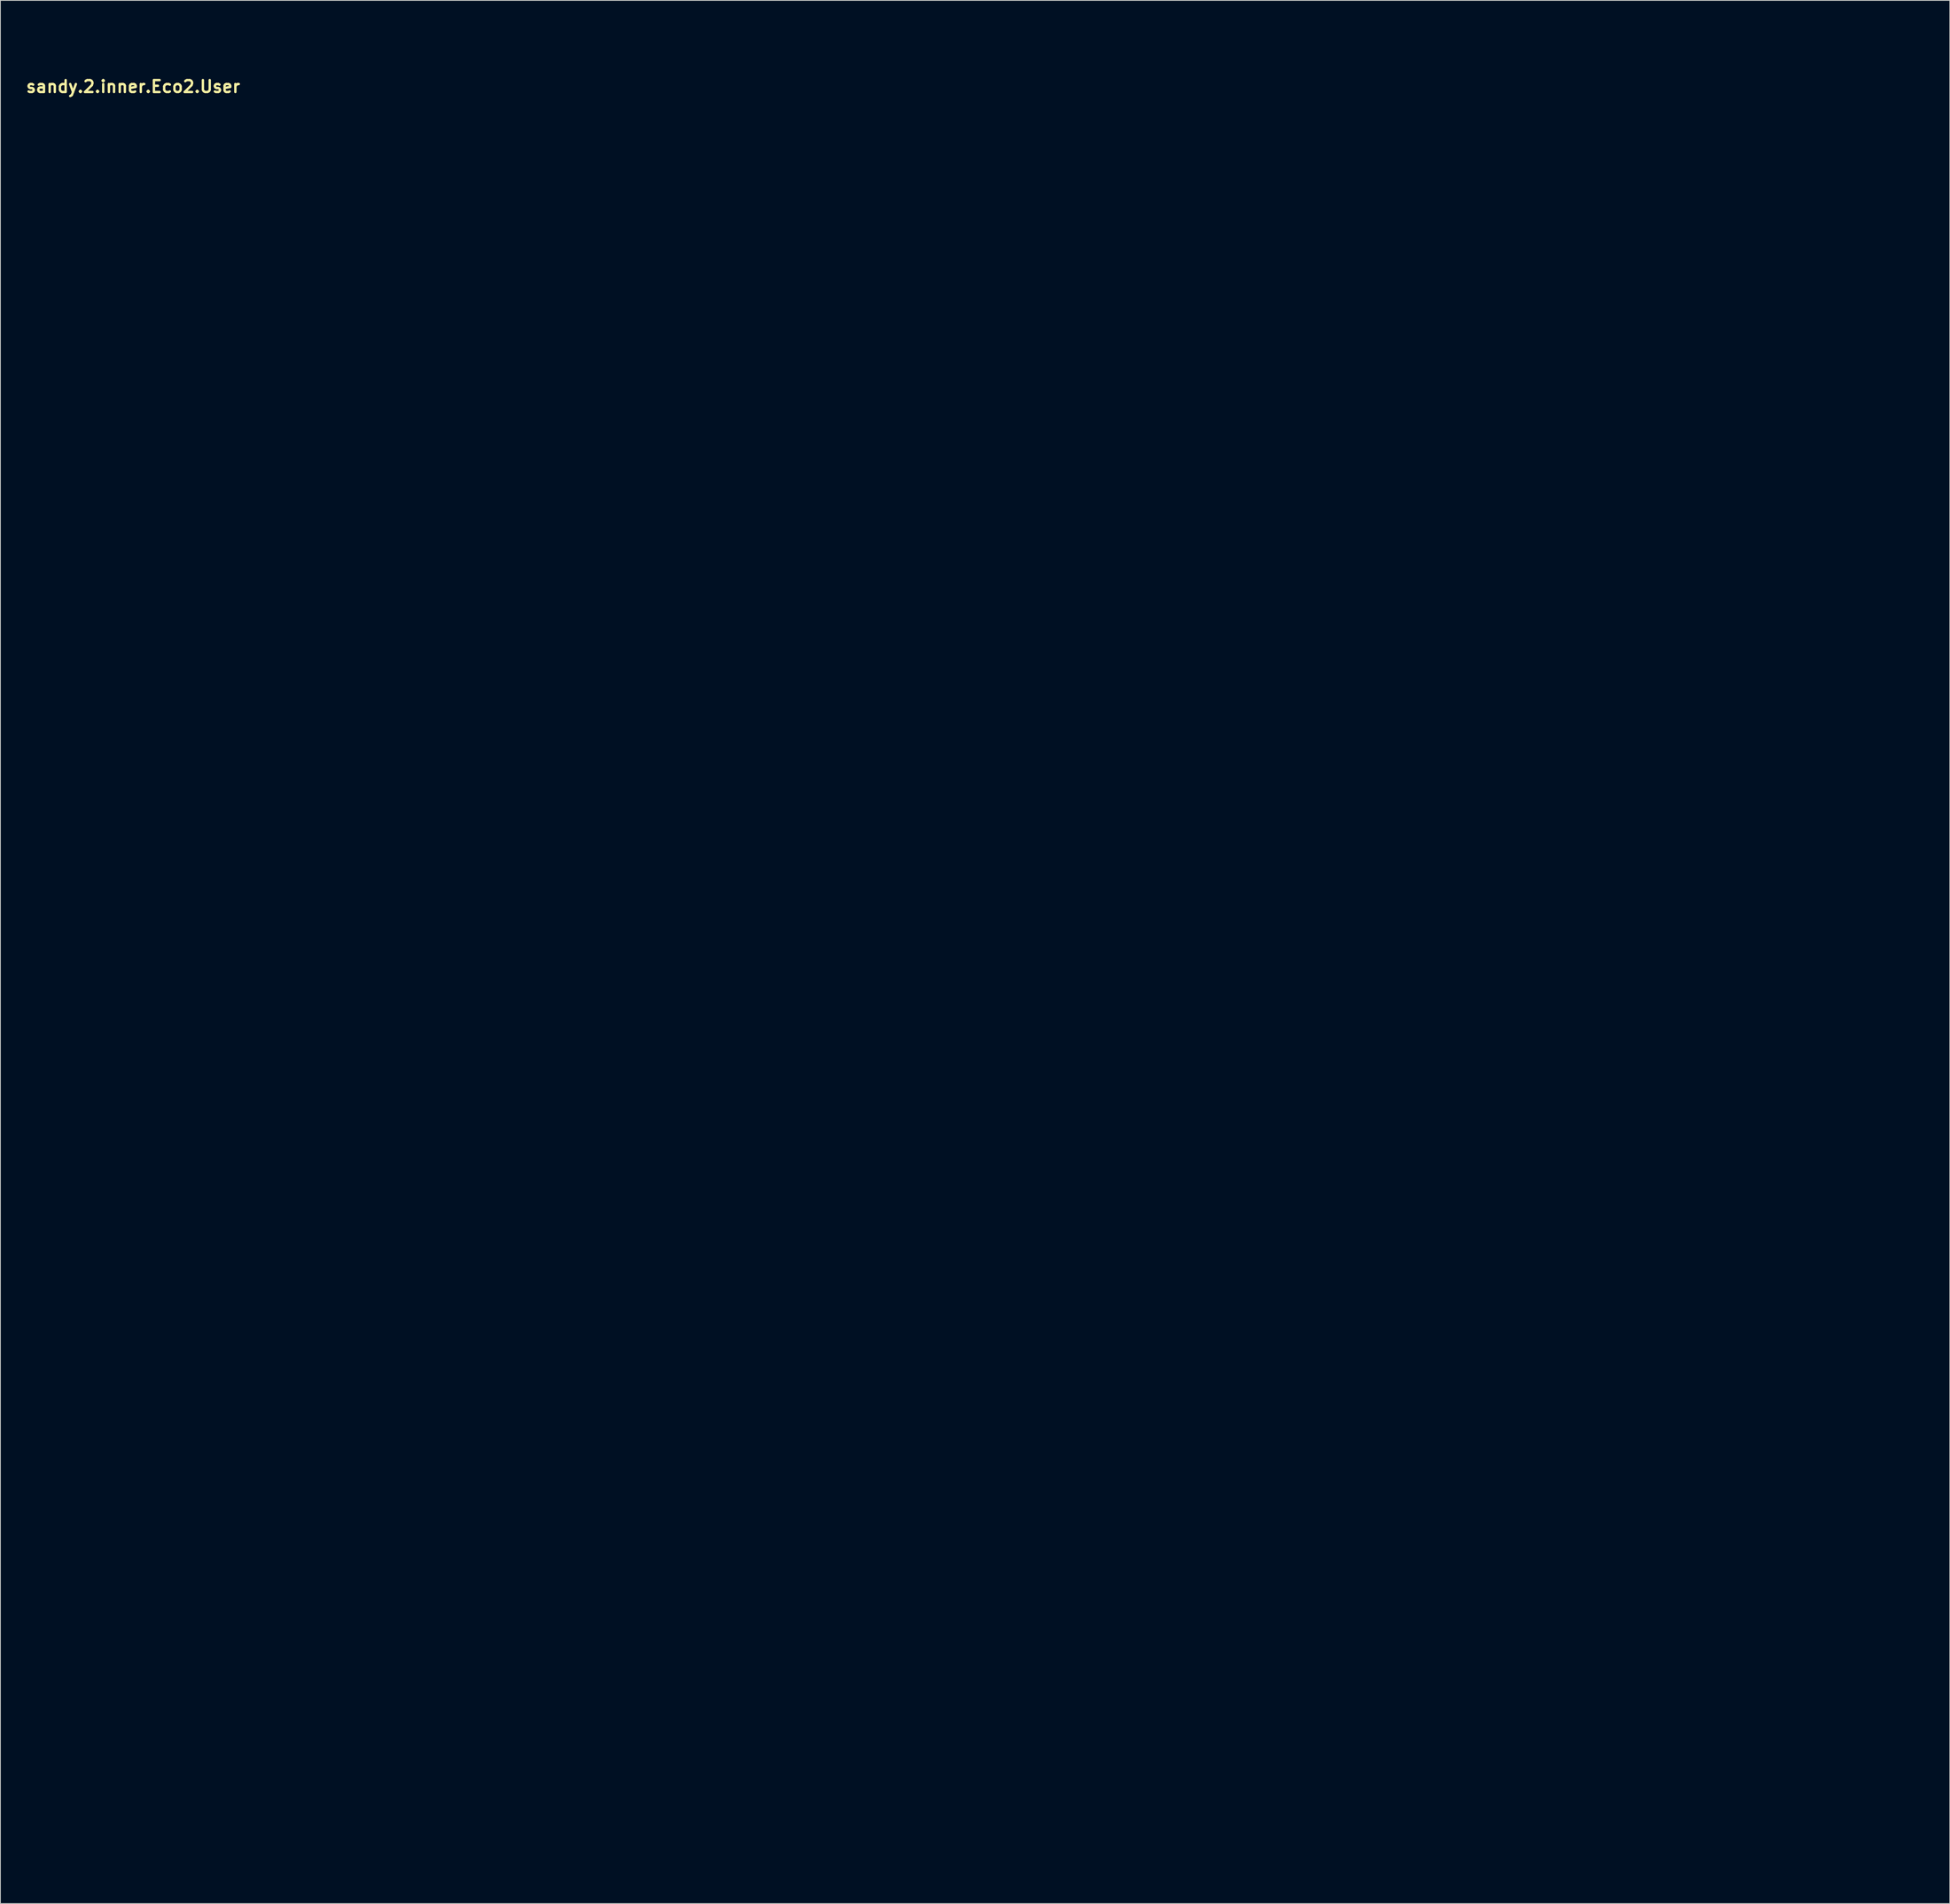
<source format=kicad_pcb>
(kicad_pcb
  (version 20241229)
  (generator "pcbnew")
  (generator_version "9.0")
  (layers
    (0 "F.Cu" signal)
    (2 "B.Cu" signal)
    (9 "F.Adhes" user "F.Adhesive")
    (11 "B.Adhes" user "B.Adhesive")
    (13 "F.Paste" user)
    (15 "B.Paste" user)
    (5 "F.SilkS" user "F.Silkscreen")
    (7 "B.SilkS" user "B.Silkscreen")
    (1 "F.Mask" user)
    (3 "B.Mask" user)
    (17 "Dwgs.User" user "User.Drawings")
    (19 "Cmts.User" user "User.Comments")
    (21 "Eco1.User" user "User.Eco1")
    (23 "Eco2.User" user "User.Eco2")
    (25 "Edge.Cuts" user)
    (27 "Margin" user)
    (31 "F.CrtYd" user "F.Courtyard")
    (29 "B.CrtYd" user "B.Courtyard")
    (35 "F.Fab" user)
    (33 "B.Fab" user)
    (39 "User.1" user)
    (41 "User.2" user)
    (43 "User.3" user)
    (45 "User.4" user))
  (footprint "sandy.2.inner.Eco2.User"
    (layer "F.Cu")
    (at 13.912 0.25)
    (property "Reference" "sandy.2.inner.Eco2.User" (at 0 7.737 0) (layer "F.SilkS") (effects (font (size 1.524 1.524) (thickness 0.305))))
    (attr exclude_from_pos_files exclude_from_bom)
    (fp_poly (pts (xy 67.359 236.144) (xy 60.017 236.105) (xy 58.495 235.978) (xy 55.738 235.713) (xy 52.497 235.308) (xy 49.829 234.907) (xy 48.791 234.655) (xy 50.08 234.742) (xy 53.041 235.089) (xy 55.349 235.358) (xy 57.407 235.549) (xy 58.77 235.622) (xy 60.347 235.887) (xy 60.017 236.105) (xy 67.359 236.144) (xy 61.538 236.004) (xy 76.493 235.794) (xy 77.881 235.595) (xy 79.255 235.657) (xy 77.881 235.858) (xy 76.493 235.794) (xy 61.538 236.004) (xy 68.682 235.976) (xy 72.226 235.974) (xy 74.65 235.995) (xy 75.429 236.035) (xy 74.509 236.162) (xy 165.123 229.008) (xy 164.726 228.743) (xy 164.609 228.479) (xy 164.329 228.685) (xy 163.493 228.839) (xy 161.485 228.918) (xy 159.525 228.88) (xy 159.302 228.718) (xy 157.769 228.575) (xy 155.421 228.407) (xy 154.222 228.324) (xy 153.371 228.179) (xy 152.133 228.033) (xy 151.089 227.959) (xy 150.129 227.539) (xy 148.439 226.316) (xy 147.637 225.073) (xy 145.94 224.498) (xy 144.113 224.111) (xy 143.493 224.471) (xy 142.354 224.362) (xy 140.366 223.151) (xy 138.775 222.393) (xy 138.664 222.79) (xy 137.866 222.92) (xy 137.024 223.02) (xy 135.225 222.721) (xy 133.108 221.985) (xy 131.737 221.638) (xy 130.937 221.63) (xy 129.663 221.514) (xy 127.775 220.968) (xy 126.697 220.664) (xy 126 221.231) (xy 125.676 221.941) (xy 124.918 221.214) (xy 123.374 220.661) (xy 122.781 221.695) (xy 123.442 223.269) (xy 123.908 223.981) (xy 120.637 224.018) (xy 118.494 224.092) (xy 118.424 224.232) (xy 119.482 224.408) (xy 118.159 224.605) (xy 115.778 224.912) (xy 114.719 225.021) (xy 115.91 224.659) (xy 116.722 224.291) (xy 114.09 224.694) (xy 112.099 224.977) (xy 111.474 224.826) (xy 110.257 224.909) (xy 109.694 225.041) (xy 108.366 225.348) (xy 107.708 226.126) (xy 105.466 227.136) (xy 104.119 227.376) (xy 103.436 227.03) (xy 103.641 225.329) (xy 103.811 224.429) (xy 102.798 224.593) (xy 101.164 225.428) (xy 100.655 226.097) (xy 99.929 227.013) (xy 98.403 228.173) (xy 96.992 228.741) (xy 96.217 228.895) (xy 95.103 228.791) (xy 93.429 229.128) (xy 91.752 230.423) (xy 89.792 231.194) (xy 88.571 231.397) (xy 86.962 231.86) (xy 84.895 232.607) (xy 82.301 233.66) (xy 80.316 234.294) (xy 77.955 234.697) (xy 75.288 234.861) (xy 72.386 234.778) (xy 72.386 234.778) (xy 70.92 234.684) (xy 68.885 234.564) (xy 66.55 234.434) (xy 64.184 234.309) (xy 60.765 234.109) (xy 57.509 233.872) (xy 54.5 233.606) (xy 51.821 233.32) (xy 49.554 233.023) (xy 47.782 232.724) (xy 46.589 232.432) (xy 45.213 232.087) (xy 43.433 231.847) (xy 41.033 231.683) (xy 37.724 231.421) (xy 36.006 230.938) (xy 34.361 230.265) (xy 32.078 229.43) (xy 30.229 228.666) (xy 28.198 227.611) (xy 26.066 226.317) (xy 23.914 224.838) (xy 21.824 223.227) (xy 19.878 221.536) (xy 18.46 220.314) (xy 17.75 219.879) (xy 17.184 219.561) (xy 17.154 219.315) (xy 17.396 219.151) (xy 16.299 216.847) (xy 15.529 215.082) (xy 14.678 212.767) (xy 13.894 210.304) (xy 13.245 207.977) (xy 12.837 206.157) (xy 12.584 204.371) (xy 12.399 202.144) (xy 12.24 198.564) (xy 12.693 197.051) (xy 13.522 195.935) (xy 13.781 195.538) (xy 14.045 195.141) (xy 14.244 194.81) (xy 14.575 194.48) (xy 14.954 195.04) (xy 16.841 195.569) (xy 18.744 195.538) (xy 18.745 193.951) (xy 18.38 191.841) (xy 18.014 190.385) (xy 17.286 188.774) (xy 16.102 187.901) (xy 15.416 188.512) (xy 14.926 189.317) (xy 14.575 188.66) (xy 13.864 188.303) (xy 14.062 187.493) (xy 14.839 186.374) (xy 15.252 186.145) (xy 15.501 186.41) (xy 15.882 186.674) (xy 16.427 186.41) (xy 16.757 186.136) (xy 17.857 185.093) (xy 18.79 183.254) (xy 19.288 181.186) (xy 19.819 178.822) (xy 20.266 176.698) (xy 20.513 175.355) (xy 20.882 173.865) (xy 21.623 171.369) (xy 22.477 168.701) (xy 23.186 166.698) (xy 22.867 166.632) (xy 21.625 167.13) (xy 20.736 166.367) (xy 20.395 164.514) (xy 21.052 162.384) (xy 21.306 160.688) (xy 21.056 159.473) (xy 21.615 158.076) (xy 22.347 156.743) (xy 23.106 155.548) (xy 23.794 153.987) (xy 22.835 154.254) (xy 21.967 154.985) (xy 22.499 153.635) (xy 23.255 152.155) (xy 24.325 150.495) (xy 25.358 148.999) (xy 26.028 147.913) (xy 26.654 146.952) (xy 27.584 145.755) (xy 28.772 144.299) (xy 30.018 142.712) (xy 31.133 141.378) (xy 32.003 140.53) (xy 31.631 141.192) (xy 30.332 142.679) (xy 30.162 143.008) (xy 31.235 141.96) (xy 32.908 140.151) (xy 34.485 138.316) (xy 36.031 136.373) (xy 37.608 134.244) (xy 39.28 131.849) (xy 40.738 129.735) (xy 41.841 128.188) (xy 42.348 127.545) (xy 43.269 126.258) (xy 45.152 123.369) (xy 46.55 121.228) (xy 47.745 119.49) (xy 48.478 118.532) (xy 49.235 117.55) (xy 50.473 115.745) (xy 52.291 113.941) (xy 53.546 112.81) (xy 53.988 111.132) (xy 54.514 107.961) (xy 54.858 105.647) (xy 55.199 103.651) (xy 55.462 102.405) (xy 55.847 100.977) (xy 56.508 98.505) (xy 57.301 95.525) (xy 58.087 92.614) (xy 58.851 89.896) (xy 59.602 87.345) (xy 60.351 84.934) (xy 61.109 82.637) (xy 61.887 80.428) (xy 62.694 78.28) (xy 63.542 76.167) (xy 64.441 74.062) (xy 65.402 71.94) (xy 66.435 69.773) (xy 67.551 67.536) (xy 68.76 65.202) (xy 70.074 62.744) (xy 71.502 60.137) (xy 72.406 58.418) (xy 72.783 57.539) (xy 73.124 56.697) (xy 74.048 55.135) (xy 75.405 53.073) (xy 77.046 50.73) (xy 78.82 48.326) (xy 80.579 46.081) (xy 82.275 43.988) (xy 83.366 42.624) (xy 84.682 40.992) (xy 86.18 39.22) (xy 87.827 37.341) (xy 89.593 35.387) (xy 91.444 33.393) (xy 93.35 31.389) (xy 95.277 29.41) (xy 97.194 27.487) (xy 99.07 25.655) (xy 100.872 23.945) (xy 102.568 22.39) (xy 104.126 21.023) (xy 105.515 19.878) (xy 107.72 18.249) (xy 109.794 16.919) (xy 111.44 16.064) (xy 112.36 15.858) (xy 112.735 15.714) (xy 113.264 15.566) (xy 113.646 15.464) (xy 114.287 14.941) (xy 115.241 14.419) (xy 115.346 14.277) (xy 116.835 14.014) (xy 117.848 13.298) (xy 117.939 13.186) (xy 118.889 13.061) (xy 120.809 12.537) (xy 123.063 11.95) (xy 124.494 11.871) (xy 124.906 11.639) (xy 124.833 11.342) (xy 125.604 11.602) (xy 126.163 11.454) (xy 127.364 11.152) (xy 130.109 11.458) (xy 132.711 12.184) (xy 133.854 12.665) (xy 135.489 13.329) (xy 137.858 14.319) (xy 139.977 15.308) (xy 141.899 16.336) (xy 143.682 17.442) (xy 145.379 18.666) (xy 147.047 20.048) (xy 148.741 21.628) (xy 150.516 23.447) (xy 152.427 25.543) (xy 154.187 27.548) (xy 155.809 29.451) (xy 157.317 31.283) (xy 158.733 33.076) (xy 160.081 34.86) (xy 161.383 36.666) (xy 162.662 38.524) (xy 163.941 40.467) (xy 165.242 42.523) (xy 166.588 44.725) (xy 168.019 47.145) (xy 169.277 49.373) (xy 170.395 51.487) (xy 171.408 53.562) (xy 172.348 55.676) (xy 173.25 57.903) (xy 174.148 60.322) (xy 175.077 63.007) (xy 176.069 66.036) (xy 176.864 68.561) (xy 177.561 70.894) (xy 178.176 73.102) (xy 178.722 75.256) (xy 179.216 77.423) (xy 179.67 79.675) (xy 180.102 82.078) (xy 180.524 84.704) (xy 180.952 87.62) (xy 181.402 90.895) (xy 181.628 92.35) (xy 181.924 94.467) (xy 182.393 97.342) (xy 182.86 98.707) (xy 183.619 100.538) (xy 184.089 101.926) (xy 184.774 103.761) (xy 185.64 105.957) (xy 186.653 108.43) (xy 187.777 111.093) (xy 188.978 113.861) (xy 189.298 115.291) (xy 189.403 115.407) (xy 190.216 116.623) (xy 191.139 118.787) (xy 192.267 121.03) (xy 193.43 123.038) (xy 194.459 124.497) (xy 195.417 125.593) (xy 196.758 127.066) (xy 198.19 128.598) (xy 199.693 130.234) (xy 199.779 130.451) (xy 198.857 129.658) (xy 199.769 130.649) (xy 200.709 131.377) (xy 201.389 131.531) (xy 202.083 132.178) (xy 203.567 133.472) (xy 205.521 135.131) (xy 208.153 137.442) (xy 209.168 138.533) (xy 209.619 139.301) (xy 210.18 140.761) (xy 210.525 141.982) (xy 210.895 143.167) (xy 211.143 144.198) (xy 211.451 145.479) (xy 211.172 146.674) (xy 210.992 147.266) (xy 212.096 149.238) (xy 212.972 150.744) (xy 213.392 151.66) (xy 214.168 153.607) (xy 215.178 155.942) (xy 216.069 158.27) (xy 216.452 159.575) (xy 216.194 159.952) (xy 215.121 158.046) (xy 214.724 156.928) (xy 213.7 154.868) (xy 212.271 152.257) (xy 210.655 149.483) (xy 209.073 146.935) (xy 207.745 145.003) (xy 206.316 143.358) (xy 204.228 141.209) (xy 202.072 139.141) (xy 200.435 137.739) (xy 200.132 137.566) (xy 200.938 138.372) (xy 203.197 140.501) (xy 204.839 142.126) (xy 206.348 143.807) (xy 207.756 145.59) (xy 209.094 147.52) (xy 210.393 149.641) (xy 211.685 152) (xy 213.001 154.641) (xy 214.484 157.785) (xy 214.864 158.746) (xy 215.711 160.653) (xy 217.331 163.876) (xy 218.34 165.662) (xy 218.539 165.17) (xy 218.039 163.127) (xy 217.567 161.248) (xy 218.194 160.238) (xy 219.074 158.696) (xy 219.694 157.964) (xy 220.313 157.765) (xy 221.882 158.119) (xy 222.174 158.55) (xy 221.443 157.195) (xy 221.391 156.887) (xy 222.016 157.336) (xy 222.654 158.888) (xy 222.558 159.158) (xy 222.281 159.025) (xy 222.802 159.819) (xy 223.323 160.613) (xy 223.037 160.481) (xy 222.909 160.568) (xy 223.066 161.179) (xy 223.372 161.117) (xy 223.492 161.228) (xy 223.623 162.611) (xy 224.191 163.334) (xy 224.268 163.744) (xy 224.407 164.306) (xy 224.521 164.714) (xy 224.667 165.103) (xy 224.852 165.467) (xy 224.982 165.866) (xy 225.079 166.417) (xy 225.201 166.952) (xy 225.315 167.36) (xy 225.458 167.75) (xy 225.613 168.246) (xy 225.712 168.947) (xy 225.828 169.675) (xy 225.977 170.006) (xy 226.144 170.437) (xy 226.173 171.437) (xy 226.543 172.916) (xy 226.697 173.71) (xy 227.045 175.747) (xy 227.292 176.483) (xy 227.397 177.013) (xy 227.462 177.727) (xy 227.749 178.6) (xy 228.053 181.034) (xy 228.105 182.682) (xy 228.403 184.056) (xy 228.425 185.139) (xy 228.207 187.403) (xy 228.049 188.951) (xy 227.86 189.81) (xy 227.752 191.04) (xy 227.438 192.628) (xy 226.946 194.81) (xy 226.891 195.387) (xy 226.792 195.789) (xy 226.529 196.403) (xy 226.232 198.316) (xy 226.224 198.689) (xy 225.977 199.109) (xy 225.643 199.861) (xy 225.347 200.433) (xy 225.269 200.607) (xy 225.171 201.109) (xy 224.79 201.999) (xy 224.139 203.323) (xy 223.596 204.346) (xy 222.934 205.039) (xy 222.273 205.695) (xy 221.393 206.811) (xy 219.698 208.535) (xy 218.601 209.429) (xy 217.733 210.222) (xy 216.808 211.016) (xy 216.187 211.545) (xy 215.526 212.074) (xy 214.864 212.604) (xy 214.203 213.133) (xy 213.537 213.669) (xy 213.015 214.061) (xy 212.507 214.384) (xy 212.226 214.604) (xy 211.802 214.868) (xy 211.557 214.985) (xy 211.312 215.102) (xy 210.887 215.366) (xy 210.49 215.631) (xy 210.102 215.911) (xy 209.685 216.191) (xy 209.44 216.308) (xy 209.235 216.37) (xy 208.687 216.656) (xy 208.514 216.808) (xy 208.25 216.969) (xy 207.985 217.078) (xy 207.545 217.181) (xy 207.324 217.366) (xy 207.102 217.552) (xy 206.662 217.655) (xy 206.398 217.763) (xy 206.133 217.895) (xy 205.892 218.042) (xy 204.987 218.497) (xy 204.721 218.61) (xy 204.281 218.689) (xy 203.841 218.768) (xy 203.576 218.884) (xy 203.182 219.02) (xy 202.785 219.152) (xy 202.388 219.284) (xy 201.991 219.416) (xy 201.594 219.549) (xy 201.197 219.681) (xy 200.8 219.813) (xy 200.403 219.946) (xy 200.007 220.078) (xy 199.61 220.21) (xy 199.213 220.342) (xy 198.816 220.475) (xy 198.419 220.607) (xy 198.022 220.739) (xy 197.625 220.872) (xy 197.228 221.004) (xy 196.832 221.136) (xy 196.435 221.269) (xy 196.038 221.401) (xy 195.684 221.603) (xy 195.493 221.797) (xy 194.749 221.951) (xy 194.585 221.955) (xy 194.23 221.786) (xy 193.833 222.134) (xy 193.392 222.195) (xy 192.995 222.327) (xy 192.598 222.459) (xy 192.234 222.644) (xy 191.879 222.801) (xy 191.316 222.88) (xy 190.746 222.988) (xy 190.349 223.121) (xy 189.952 223.253) (xy 189.569 223.407) (xy 189.372 223.563) (xy 188.821 223.687) (xy 188.265 223.809) (xy 187.877 223.928) (xy 187.306 224.047) (xy 186.932 224.214) (xy 186.404 224.35) (xy 185.875 224.482) (xy 185.346 224.614) (xy 184.838 224.781) (xy 184.613 224.96) (xy 184.173 225.078) (xy 183.644 225.227) (xy 182.982 225.304) (xy 182.279 225.369) (xy 181.904 225.537) (xy 181.417 225.682) (xy 180.733 225.796) (xy 180.363 225.939) (xy 179.818 226.08) (xy 178.958 226.192) (xy 178.467 226.334) (xy 177.938 226.466) (xy 177.408 226.599) (xy 176.919 226.741) (xy 176.235 226.838) (xy 175.665 226.957) (xy 175.301 227.142) (xy 174.681 227.295) (xy 173.854 227.404) (xy 173.153 227.519) (xy 172.646 227.657) (xy 172.117 227.789) (xy 171.605 227.949) (xy 171.131 228.119) (xy 170.282 228.214) (xy 169.075 228.313) (xy 168.033 228.454) (xy 166.67 228.581) (xy 165.495 228.704) (xy 165.123 229.008) (xy 74.509 236.162) (xy 73.052 236.22) (xy 70.766 236.212) (xy 67.359 236.144)) (stroke (width 0.1) (type solid)) (fill no) (layer "Eco2.User")))
  (gr_rect
    (start -3 -3)
    (end 245.387 239.52)
    (stroke (width 0.1) (type default))
    (fill no)
    (layer "Edge.Cuts")))
</source>
